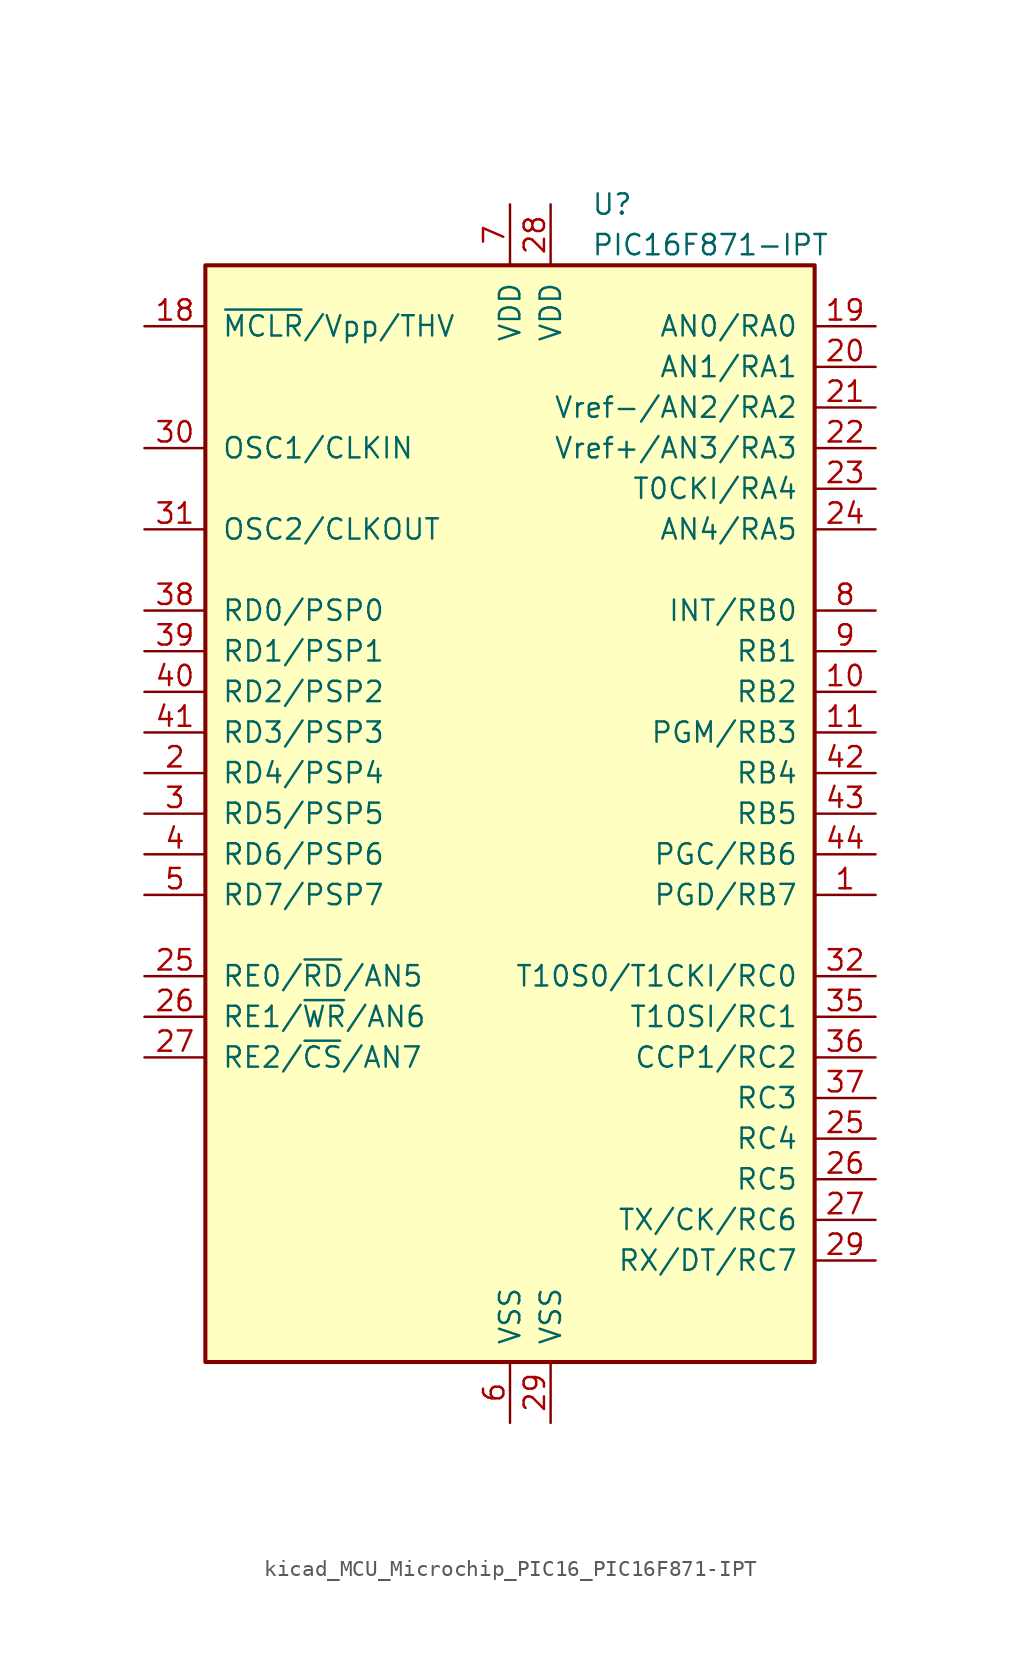
<source format=kicad_sym>
(kicad_symbol_lib
  (version 20220914)
  (generator kicad_symbol_editor)
  (symbol "kicad_MCU_Microchip_PIC16_PIC16F871-IPT"
    (pin_names
      (offset 1.016))
    (property "Reference" "U"
      (at 5.08 38.1 0)
      (effects (font (size 1.27 1.27)) (justify left)))
    (property "Value" "PIC16F871-IPT"
      (at 5.08 35.56 0)
      (effects (font (size 1.27 1.27)) (justify left)))
    (symbol "kicad_MCU_Microchip_PIC16_PIC16F871-IPT_0_1"
      (rectangle (start -19.05 -34.29) (end 19.05 34.29) (stroke (width 0.254) (type default)) (fill (type background))))
    (symbol "kicad_MCU_Microchip_PIC16_PIC16F871-IPT_1_1"
      (pin bidirectional line (at 22.86 -5.08 180) (length 3.81) (name "PGD/RB7" (effects (font (size 1.27 1.27)))) (number "1" (effects (font (size 1.27 1.27)))))
      (pin bidirectional line (at 22.86 7.62 180) (length 3.81) (name "RB2" (effects (font (size 1.27 1.27)))) (number "10" (effects (font (size 1.27 1.27)))))
      (pin bidirectional line (at 22.86 5.08 180) (length 3.81) (name "PGM/RB3" (effects (font (size 1.27 1.27)))) (number "11" (effects (font (size 1.27 1.27)))))
      (pin input line (at -22.86 30.48 0) (length 3.81) (name "~{MCLR}/Vpp/THV" (effects (font (size 1.27 1.27)))) (number "18" (effects (font (size 1.27 1.27)))))
      (pin bidirectional line (at 22.86 30.48 180) (length 3.81) (name "AN0/RA0" (effects (font (size 1.27 1.27)))) (number "19" (effects (font (size 1.27 1.27)))))
      (pin bidirectional line (at -22.86 2.54 0) (length 3.81) (name "RD4/PSP4" (effects (font (size 1.27 1.27)))) (number "2" (effects (font (size 1.27 1.27)))))
      (pin bidirectional line (at 22.86 27.94 180) (length 3.81) (name "AN1/RA1" (effects (font (size 1.27 1.27)))) (number "20" (effects (font (size 1.27 1.27)))))
      (pin bidirectional line (at 22.86 25.4 180) (length 3.81) (name "Vref-/AN2/RA2" (effects (font (size 1.27 1.27)))) (number "21" (effects (font (size 1.27 1.27)))))
      (pin bidirectional line (at 22.86 22.86 180) (length 3.81) (name "Vref+/AN3/RA3" (effects (font (size 1.27 1.27)))) (number "22" (effects (font (size 1.27 1.27)))))
      (pin bidirectional line (at 22.86 20.32 180) (length 3.81) (name "T0CKI/RA4" (effects (font (size 1.27 1.27)))) (number "23" (effects (font (size 1.27 1.27)))))
      (pin bidirectional line (at 22.86 17.78 180) (length 3.81) (name "AN4/RA5" (effects (font (size 1.27 1.27)))) (number "24" (effects (font (size 1.27 1.27)))))
      (pin bidirectional line (at 22.86 -20.32 180) (length 3.81) (name "RC4" (effects (font (size 1.27 1.27)))) (number "25" (effects (font (size 1.27 1.27)))))
      (pin bidirectional line (at -22.86 -10.16 0) (length 3.81) (name "RE0/~{RD}/AN5" (effects (font (size 1.27 1.27)))) (number "25" (effects (font (size 1.27 1.27)))))
      (pin bidirectional line (at 22.86 -22.86 180) (length 3.81) (name "RC5" (effects (font (size 1.27 1.27)))) (number "26" (effects (font (size 1.27 1.27)))))
      (pin bidirectional line (at -22.86 -12.7 0) (length 3.81) (name "RE1/~{WR}/AN6" (effects (font (size 1.27 1.27)))) (number "26" (effects (font (size 1.27 1.27)))))
      (pin bidirectional line (at -22.86 -15.24 0) (length 3.81) (name "RE2/~{CS}/AN7" (effects (font (size 1.27 1.27)))) (number "27" (effects (font (size 1.27 1.27)))))
      (pin bidirectional line (at 22.86 -25.4 180) (length 3.81) (name "TX/CK/RC6" (effects (font (size 1.27 1.27)))) (number "27" (effects (font (size 1.27 1.27)))))
      (pin power_in line (at 2.54 38.1 270) (length 3.81) (name "VDD" (effects (font (size 1.27 1.27)))) (number "28" (effects (font (size 1.27 1.27)))))
      (pin bidirectional line (at 22.86 -27.94 180) (length 3.81) (name "RX/DT/RC7" (effects (font (size 1.27 1.27)))) (number "29" (effects (font (size 1.27 1.27)))))
      (pin power_in line (at 2.54 -38.1 90) (length 3.81) (name "VSS" (effects (font (size 1.27 1.27)))) (number "29" (effects (font (size 1.27 1.27)))))
      (pin bidirectional line (at -22.86 0 0) (length 3.81) (name "RD5/PSP5" (effects (font (size 1.27 1.27)))) (number "3" (effects (font (size 1.27 1.27)))))
      (pin input line (at -22.86 22.86 0) (length 3.81) (name "OSC1/CLKIN" (effects (font (size 1.27 1.27)))) (number "30" (effects (font (size 1.27 1.27)))))
      (pin output line (at -22.86 17.78 0) (length 3.81) (name "OSC2/CLKOUT" (effects (font (size 1.27 1.27)))) (number "31" (effects (font (size 1.27 1.27)))))
      (pin bidirectional line (at 22.86 -10.16 180) (length 3.81) (name "T10S0/T1CKI/RC0" (effects (font (size 1.27 1.27)))) (number "32" (effects (font (size 1.27 1.27)))))
      (pin bidirectional line (at 22.86 -12.7 180) (length 3.81) (name "T1OSI/RC1" (effects (font (size 1.27 1.27)))) (number "35" (effects (font (size 1.27 1.27)))))
      (pin bidirectional line (at 22.86 -15.24 180) (length 3.81) (name "CCP1/RC2" (effects (font (size 1.27 1.27)))) (number "36" (effects (font (size 1.27 1.27)))))
      (pin bidirectional line (at 22.86 -17.78 180) (length 3.81) (name "RC3" (effects (font (size 1.27 1.27)))) (number "37" (effects (font (size 1.27 1.27)))))
      (pin bidirectional line (at -22.86 12.7 0) (length 3.81) (name "RD0/PSP0" (effects (font (size 1.27 1.27)))) (number "38" (effects (font (size 1.27 1.27)))))
      (pin bidirectional line (at -22.86 10.16 0) (length 3.81) (name "RD1/PSP1" (effects (font (size 1.27 1.27)))) (number "39" (effects (font (size 1.27 1.27)))))
      (pin bidirectional line (at -22.86 -2.54 0) (length 3.81) (name "RD6/PSP6" (effects (font (size 1.27 1.27)))) (number "4" (effects (font (size 1.27 1.27)))))
      (pin bidirectional line (at -22.86 7.62 0) (length 3.81) (name "RD2/PSP2" (effects (font (size 1.27 1.27)))) (number "40" (effects (font (size 1.27 1.27)))))
      (pin bidirectional line (at -22.86 5.08 0) (length 3.81) (name "RD3/PSP3" (effects (font (size 1.27 1.27)))) (number "41" (effects (font (size 1.27 1.27)))))
      (pin bidirectional line (at 22.86 2.54 180) (length 3.81) (name "RB4" (effects (font (size 1.27 1.27)))) (number "42" (effects (font (size 1.27 1.27)))))
      (pin bidirectional line (at 22.86 0 180) (length 3.81) (name "RB5" (effects (font (size 1.27 1.27)))) (number "43" (effects (font (size 1.27 1.27)))))
      (pin bidirectional line (at 22.86 -2.54 180) (length 3.81) (name "PGC/RB6" (effects (font (size 1.27 1.27)))) (number "44" (effects (font (size 1.27 1.27)))))
      (pin bidirectional line (at -22.86 -5.08 0) (length 3.81) (name "RD7/PSP7" (effects (font (size 1.27 1.27)))) (number "5" (effects (font (size 1.27 1.27)))))
      (pin power_in line (at 0 -38.1 90) (length 3.81) (name "VSS" (effects (font (size 1.27 1.27)))) (number "6" (effects (font (size 1.27 1.27)))))
      (pin power_in line (at 0 38.1 270) (length 3.81) (name "VDD" (effects (font (size 1.27 1.27)))) (number "7" (effects (font (size 1.27 1.27)))))
      (pin bidirectional line (at 22.86 12.7 180) (length 3.81) (name "INT/RB0" (effects (font (size 1.27 1.27)))) (number "8" (effects (font (size 1.27 1.27)))))
      (pin bidirectional line (at 22.86 10.16 180) (length 3.81) (name "RB1" (effects (font (size 1.27 1.27)))) (number "9" (effects (font (size 1.27 1.27))))))))
</source>
